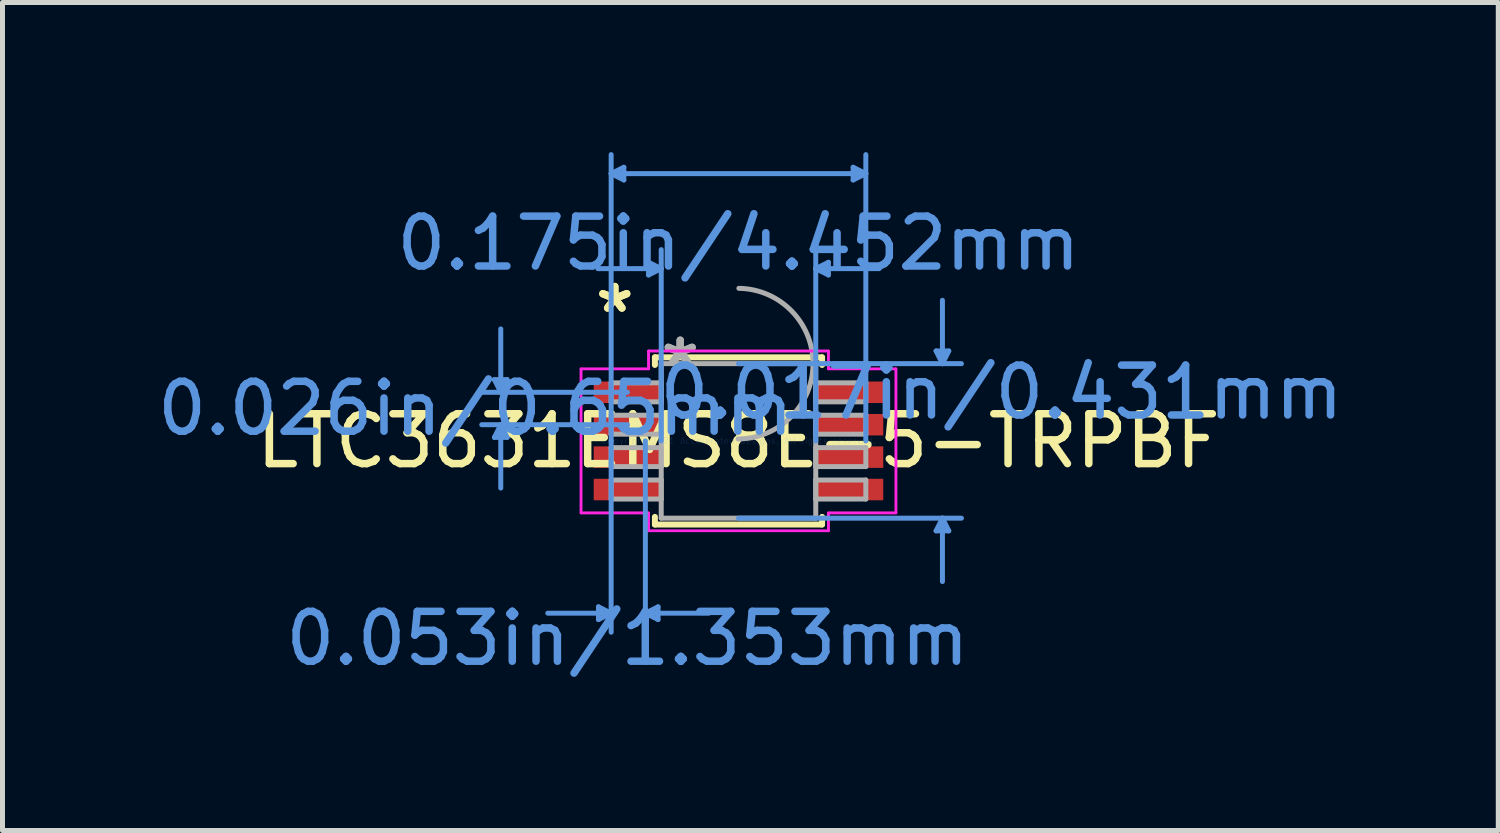
<source format=kicad_pcb>
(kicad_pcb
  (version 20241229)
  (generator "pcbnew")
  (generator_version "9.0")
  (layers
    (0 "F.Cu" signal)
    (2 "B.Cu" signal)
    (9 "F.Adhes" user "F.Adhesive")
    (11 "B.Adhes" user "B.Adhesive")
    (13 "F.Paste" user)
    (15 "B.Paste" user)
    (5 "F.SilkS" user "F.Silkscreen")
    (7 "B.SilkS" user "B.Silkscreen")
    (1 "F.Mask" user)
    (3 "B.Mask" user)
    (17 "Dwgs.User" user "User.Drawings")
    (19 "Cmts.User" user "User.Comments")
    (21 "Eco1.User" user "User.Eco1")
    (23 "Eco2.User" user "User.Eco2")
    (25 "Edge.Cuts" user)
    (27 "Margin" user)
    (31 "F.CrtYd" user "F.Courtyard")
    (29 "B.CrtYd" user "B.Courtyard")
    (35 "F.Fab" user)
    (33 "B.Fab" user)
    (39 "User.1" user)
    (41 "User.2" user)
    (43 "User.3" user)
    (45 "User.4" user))
  (footprint "LTC3631EMS8E-5-TRPBF"
    (layer "F.Cu")
    (at 11.756 5.79)
    (property "Reference" "LTC3631EMS8E-5-TRPBF" (at 0 0 0) (layer "F.SilkS") (effects (font (size 1 1) (thickness 0.15))))
    (attr through_hole)
    (fp_line (start -1.676 -1.676) (end -1.676 -1.523) (stroke (width 0.12) (type solid)) (layer "F.SilkS"))
    (fp_line (start -1.676 1.523) (end -1.676 1.676) (stroke (width 0.12) (type solid)) (layer "F.SilkS"))
    (fp_line (start -1.676 1.676) (end 1.676 1.676) (stroke (width 0.12) (type solid)) (layer "F.SilkS"))
    (fp_line (start 1.676 -1.676) (end -1.676 -1.676) (stroke (width 0.12) (type solid)) (layer "F.SilkS"))
    (fp_line (start 1.676 -1.523) (end 1.676 -1.676) (stroke (width 0.12) (type solid)) (layer "F.SilkS"))
    (fp_line (start 1.676 1.676) (end 1.676 1.523) (stroke (width 0.12) (type solid)) (layer "F.SilkS"))
    (fp_line (start -4.893 -1.229) (end -4.639 -1.229) (stroke (width 0.1) (type solid)) (layer "Cmts.User"))
    (fp_line (start -4.893 -0.071) (end -4.639 -0.071) (stroke (width 0.1) (type solid)) (layer "Cmts.User"))
    (fp_line (start -4.766 -0.975) (end -4.893 -1.229) (stroke (width 0.1) (type solid)) (layer "Cmts.User"))
    (fp_line (start -4.766 -0.975) (end -4.766 -2.245) (stroke (width 0.1) (type solid)) (layer "Cmts.User"))
    (fp_line (start -4.766 -0.975) (end -4.639 -1.229) (stroke (width 0.1) (type solid)) (layer "Cmts.User"))
    (fp_line (start -4.766 -0.325) (end -4.893 -0.071) (stroke (width 0.1) (type solid)) (layer "Cmts.User"))
    (fp_line (start -4.766 -0.325) (end -4.766 0.945) (stroke (width 0.1) (type solid)) (layer "Cmts.User"))
    (fp_line (start -4.766 -0.325) (end -4.639 -0.071) (stroke (width 0.1) (type solid)) (layer "Cmts.User"))
    (fp_line (start -2.807 3.327) (end -2.807 3.581) (stroke (width 0.1) (type solid)) (layer "Cmts.User"))
    (fp_line (start -2.553 -5.359) (end -2.299 -5.486) (stroke (width 0.1) (type solid)) (layer "Cmts.User"))
    (fp_line (start -2.553 -5.359) (end -2.299 -5.232) (stroke (width 0.1) (type solid)) (layer "Cmts.User"))
    (fp_line (start -2.553 -5.359) (end 2.553 -5.359) (stroke (width 0.1) (type solid)) (layer "Cmts.User"))
    (fp_line (start -2.553 0) (end -2.553 -5.74) (stroke (width 0.1) (type solid)) (layer "Cmts.User"))
    (fp_line (start -2.553 0) (end -2.553 3.835) (stroke (width 0.1) (type solid)) (layer "Cmts.User"))
    (fp_line (start -2.553 3.454) (end -3.823 3.454) (stroke (width 0.1) (type solid)) (layer "Cmts.User"))
    (fp_line (start -2.553 3.454) (end -2.807 3.327) (stroke (width 0.1) (type solid)) (layer "Cmts.User"))
    (fp_line (start -2.553 3.454) (end -2.807 3.581) (stroke (width 0.1) (type solid)) (layer "Cmts.User"))
    (fp_line (start -2.299 -5.486) (end -2.299 -5.232) (stroke (width 0.1) (type solid)) (layer "Cmts.User"))
    (fp_line (start -2.226 -0.975) (end -5.147 -0.975) (stroke (width 0.1) (type solid)) (layer "Cmts.User"))
    (fp_line (start -2.226 -0.325) (end -5.147 -0.325) (stroke (width 0.1) (type solid)) (layer "Cmts.User"))
    (fp_line (start -1.867 0) (end -1.867 3.835) (stroke (width 0.1) (type solid)) (layer "Cmts.User"))
    (fp_line (start -1.867 3.454) (end -1.613 3.327) (stroke (width 0.1) (type solid)) (layer "Cmts.User"))
    (fp_line (start -1.867 3.454) (end -1.613 3.581) (stroke (width 0.1) (type solid)) (layer "Cmts.User"))
    (fp_line (start -1.867 3.454) (end -0.597 3.454) (stroke (width 0.1) (type solid)) (layer "Cmts.User"))
    (fp_line (start -1.803 -3.581) (end -1.803 -3.327) (stroke (width 0.1) (type solid)) (layer "Cmts.User"))
    (fp_line (start -1.613 3.327) (end -1.613 3.581) (stroke (width 0.1) (type solid)) (layer "Cmts.User"))
    (fp_line (start -1.549 -3.454) (end -2.819 -3.454) (stroke (width 0.1) (type solid)) (layer "Cmts.User"))
    (fp_line (start -1.549 -3.454) (end -1.803 -3.581) (stroke (width 0.1) (type solid)) (layer "Cmts.User"))
    (fp_line (start -1.549 -3.454) (end -1.803 -3.327) (stroke (width 0.1) (type solid)) (layer "Cmts.User"))
    (fp_line (start -1.549 0) (end -1.549 -3.835) (stroke (width 0.1) (type solid)) (layer "Cmts.User"))
    (fp_line (start 0 -1.549) (end 4.47 -1.549) (stroke (width 0.1) (type solid)) (layer "Cmts.User"))
    (fp_line (start 0 1.549) (end 4.47 1.549) (stroke (width 0.1) (type solid)) (layer "Cmts.User"))
    (fp_line (start 1.549 -3.454) (end 1.803 -3.581) (stroke (width 0.1) (type solid)) (layer "Cmts.User"))
    (fp_line (start 1.549 -3.454) (end 1.803 -3.327) (stroke (width 0.1) (type solid)) (layer "Cmts.User"))
    (fp_line (start 1.549 -3.454) (end 2.819 -3.454) (stroke (width 0.1) (type solid)) (layer "Cmts.User"))
    (fp_line (start 1.549 0) (end 1.549 -3.835) (stroke (width 0.1) (type solid)) (layer "Cmts.User"))
    (fp_line (start 1.803 -3.581) (end 1.803 -3.327) (stroke (width 0.1) (type solid)) (layer "Cmts.User"))
    (fp_line (start 2.299 -5.486) (end 2.299 -5.232) (stroke (width 0.1) (type solid)) (layer "Cmts.User"))
    (fp_line (start 2.553 -5.359) (end 2.299 -5.486) (stroke (width 0.1) (type solid)) (layer "Cmts.User"))
    (fp_line (start 2.553 -5.359) (end 2.299 -5.232) (stroke (width 0.1) (type solid)) (layer "Cmts.User"))
    (fp_line (start 2.553 0) (end 2.553 -5.74) (stroke (width 0.1) (type solid)) (layer "Cmts.User"))
    (fp_line (start 3.962 -1.803) (end 4.216 -1.803) (stroke (width 0.1) (type solid)) (layer "Cmts.User"))
    (fp_line (start 3.962 1.803) (end 4.216 1.803) (stroke (width 0.1) (type solid)) (layer "Cmts.User"))
    (fp_line (start 4.089 -1.549) (end 3.962 -1.803) (stroke (width 0.1) (type solid)) (layer "Cmts.User"))
    (fp_line (start 4.089 -1.549) (end 4.089 -2.819) (stroke (width 0.1) (type solid)) (layer "Cmts.User"))
    (fp_line (start 4.089 -1.549) (end 4.216 -1.803) (stroke (width 0.1) (type solid)) (layer "Cmts.User"))
    (fp_line (start 4.089 1.549) (end 3.962 1.803) (stroke (width 0.1) (type solid)) (layer "Cmts.User"))
    (fp_line (start 4.089 1.549) (end 4.089 2.819) (stroke (width 0.1) (type solid)) (layer "Cmts.User"))
    (fp_line (start 4.089 1.549) (end 4.216 1.803) (stroke (width 0.1) (type solid)) (layer "Cmts.User"))
    (fp_line (start -3.157 -1.444) (end -1.803 -1.444) (stroke (width 0.05) (type solid)) (layer "F.CrtYd"))
    (fp_line (start -3.157 -1.444) (end -1.803 -1.444) (stroke (width 0.05) (type solid)) (layer "F.CrtYd"))
    (fp_line (start -3.157 1.444) (end -3.157 -1.444) (stroke (width 0.05) (type solid)) (layer "F.CrtYd"))
    (fp_line (start -3.157 1.444) (end -3.157 -1.444) (stroke (width 0.05) (type solid)) (layer "F.CrtYd"))
    (fp_line (start -3.157 1.444) (end -1.803 1.444) (stroke (width 0.05) (type solid)) (layer "F.CrtYd"))
    (fp_line (start -1.803 -1.803) (end 1.803 -1.803) (stroke (width 0.05) (type solid)) (layer "F.CrtYd"))
    (fp_line (start -1.803 -1.803) (end 1.803 -1.803) (stroke (width 0.05) (type solid)) (layer "F.CrtYd"))
    (fp_line (start -1.803 -1.444) (end -1.803 -1.803) (stroke (width 0.05) (type solid)) (layer "F.CrtYd"))
    (fp_line (start -1.803 -1.444) (end -1.803 -1.803) (stroke (width 0.05) (type solid)) (layer "F.CrtYd"))
    (fp_line (start -1.803 1.444) (end -3.157 1.444) (stroke (width 0.05) (type solid)) (layer "F.CrtYd"))
    (fp_line (start -1.803 1.803) (end -1.803 1.444) (stroke (width 0.05) (type solid)) (layer "F.CrtYd"))
    (fp_line (start -1.803 1.803) (end -1.803 1.444) (stroke (width 0.05) (type solid)) (layer "F.CrtYd"))
    (fp_line (start 1.803 -1.803) (end 1.803 -1.444) (stroke (width 0.05) (type solid)) (layer "F.CrtYd"))
    (fp_line (start 1.803 -1.803) (end 1.803 -1.444) (stroke (width 0.05) (type solid)) (layer "F.CrtYd"))
    (fp_line (start 1.803 -1.444) (end 3.157 -1.444) (stroke (width 0.05) (type solid)) (layer "F.CrtYd"))
    (fp_line (start 1.803 1.444) (end 1.803 1.803) (stroke (width 0.05) (type solid)) (layer "F.CrtYd"))
    (fp_line (start 1.803 1.444) (end 1.803 1.803) (stroke (width 0.05) (type solid)) (layer "F.CrtYd"))
    (fp_line (start 1.803 1.803) (end -1.803 1.803) (stroke (width 0.05) (type solid)) (layer "F.CrtYd"))
    (fp_line (start 1.803 1.803) (end -1.803 1.803) (stroke (width 0.05) (type solid)) (layer "F.CrtYd"))
    (fp_line (start 3.157 -1.444) (end 1.803 -1.444) (stroke (width 0.05) (type solid)) (layer "F.CrtYd"))
    (fp_line (start 3.157 -1.444) (end 3.157 1.444) (stroke (width 0.05) (type solid)) (layer "F.CrtYd"))
    (fp_line (start 3.157 -1.444) (end 3.157 1.444) (stroke (width 0.05) (type solid)) (layer "F.CrtYd"))
    (fp_line (start 3.157 1.444) (end 1.803 1.444) (stroke (width 0.05) (type solid)) (layer "F.CrtYd"))
    (fp_line (start 3.157 1.444) (end 1.803 1.444) (stroke (width 0.05) (type solid)) (layer "F.CrtYd"))
    (fp_line (start -2.553 -1.165) (end -2.553 -0.784) (stroke (width 0.1) (type solid)) (layer "F.Fab"))
    (fp_line (start -2.553 -0.784) (end -1.549 -0.784) (stroke (width 0.1) (type solid)) (layer "F.Fab"))
    (fp_line (start -2.553 -0.515) (end -2.553 -0.135) (stroke (width 0.1) (type solid)) (layer "F.Fab"))
    (fp_line (start -2.553 -0.135) (end -1.549 -0.135) (stroke (width 0.1) (type solid)) (layer "F.Fab"))
    (fp_line (start -2.553 0.135) (end -2.553 0.515) (stroke (width 0.1) (type solid)) (layer "F.Fab"))
    (fp_line (start -2.553 0.515) (end -1.549 0.515) (stroke (width 0.1) (type solid)) (layer "F.Fab"))
    (fp_line (start -2.553 0.784) (end -2.553 1.165) (stroke (width 0.1) (type solid)) (layer "F.Fab"))
    (fp_line (start -2.553 1.165) (end -1.549 1.165) (stroke (width 0.1) (type solid)) (layer "F.Fab"))
    (fp_line (start -1.549 -1.549) (end -1.549 1.549) (stroke (width 0.1) (type solid)) (layer "F.Fab"))
    (fp_line (start -1.549 -1.165) (end -2.553 -1.165) (stroke (width 0.1) (type solid)) (layer "F.Fab"))
    (fp_line (start -1.549 -0.784) (end -1.549 -1.165) (stroke (width 0.1) (type solid)) (layer "F.Fab"))
    (fp_line (start -1.549 -0.515) (end -2.553 -0.515) (stroke (width 0.1) (type solid)) (layer "F.Fab"))
    (fp_line (start -1.549 -0.135) (end -1.549 -0.515) (stroke (width 0.1) (type solid)) (layer "F.Fab"))
    (fp_line (start -1.549 0.135) (end -2.553 0.135) (stroke (width 0.1) (type solid)) (layer "F.Fab"))
    (fp_line (start -1.549 0.515) (end -1.549 0.135) (stroke (width 0.1) (type solid)) (layer "F.Fab"))
    (fp_line (start -1.549 0.784) (end -2.553 0.784) (stroke (width 0.1) (type solid)) (layer "F.Fab"))
    (fp_line (start -1.549 1.165) (end -1.549 0.784) (stroke (width 0.1) (type solid)) (layer "F.Fab"))
    (fp_line (start -1.549 1.549) (end 1.549 1.549) (stroke (width 0.1) (type solid)) (layer "F.Fab"))
    (fp_line (start 1.549 -1.549) (end -1.549 -1.549) (stroke (width 0.1) (type solid)) (layer "F.Fab"))
    (fp_line (start 1.549 -1.165) (end 1.549 -0.784) (stroke (width 0.1) (type solid)) (layer "F.Fab"))
    (fp_line (start 1.549 -0.784) (end 2.553 -0.784) (stroke (width 0.1) (type solid)) (layer "F.Fab"))
    (fp_line (start 1.549 -0.515) (end 1.549 -0.135) (stroke (width 0.1) (type solid)) (layer "F.Fab"))
    (fp_line (start 1.549 -0.135) (end 2.553 -0.135) (stroke (width 0.1) (type solid)) (layer "F.Fab"))
    (fp_line (start 1.549 0.135) (end 1.549 0.515) (stroke (width 0.1) (type solid)) (layer "F.Fab"))
    (fp_line (start 1.549 0.515) (end 2.553 0.515) (stroke (width 0.1) (type solid)) (layer "F.Fab"))
    (fp_line (start 1.549 0.784) (end 1.549 1.165) (stroke (width 0.1) (type solid)) (layer "F.Fab"))
    (fp_line (start 1.549 1.165) (end 2.553 1.165) (stroke (width 0.1) (type solid)) (layer "F.Fab"))
    (fp_line (start 1.549 1.549) (end 1.549 -1.549) (stroke (width 0.1) (type solid)) (layer "F.Fab"))
    (fp_line (start 2.553 -1.165) (end 1.549 -1.165) (stroke (width 0.1) (type solid)) (layer "F.Fab"))
    (fp_line (start 2.553 -0.784) (end 2.553 -1.165) (stroke (width 0.1) (type solid)) (layer "F.Fab"))
    (fp_line (start 2.553 -0.515) (end 1.549 -0.515) (stroke (width 0.1) (type solid)) (layer "F.Fab"))
    (fp_line (start 2.553 -0.135) (end 2.553 -0.515) (stroke (width 0.1) (type solid)) (layer "F.Fab"))
    (fp_line (start 2.553 0.135) (end 1.549 0.135) (stroke (width 0.1) (type solid)) (layer "F.Fab"))
    (fp_line (start 2.553 0.515) (end 2.553 0.135) (stroke (width 0.1) (type solid)) (layer "F.Fab"))
    (fp_line (start 2.553 0.784) (end 1.549 0.784) (stroke (width 0.1) (type solid)) (layer "F.Fab"))
    (fp_line (start 2.553 1.165) (end 2.553 0.784) (stroke (width 0.1) (type solid)) (layer "F.Fab"))
    (fp_arc (start 0.007742 -3.059445) (mid 1.510045 -1.541658) (end -0.007742 -0.039355) (stroke (width 0.1) (type solid)) (layer "F.Fab"))
    (fp_text user "*" (at -2.48 -2.549 0) (layer "F.SilkS") (effects (font (size 1 1) (thickness 0.15))))
    (fp_text user "*" (at -2.48 -2.549 0) (layer "F.SilkS") (effects (font (size 1 1) (thickness 0.15))))
    (fp_text user "0.053in/1.353mm" (at -2.226 3.962 0) (layer "Cmts.User") (effects (font (size 1 1) (thickness 0.15))))
    (fp_text user "0.017in/0.431mm" (at 5.274 -0.975 0) (layer "Cmts.User") (effects (font (size 1 1) (thickness 0.15))))
    (fp_text user "0.026in/0.65mm" (at -5.274 -0.65 0) (layer "Cmts.User") (effects (font (size 1 1) (thickness 0.15))))
    (fp_text user "0.175in/4.452mm" (at 0 -3.962 0) (layer "Cmts.User") (effects (font (size 1 1) (thickness 0.15))))
    (fp_text user "Copyright 2021 Accelerated Designs. All rights reserved." (at 0 0 0) (layer "Cmts.User") (effects (font (size 0.127 0.127) (thickness 0.002))))
    (fp_text user "*" (at -1.168 -1.473 0) (layer "F.Fab") (effects (font (size 1 1) (thickness 0.15))))
    (fp_text user "*" (at -1.168 -1.473 0) (layer "F.Fab") (effects (font (size 1 1) (thickness 0.15))))
    (pad "1" smd rect (at -2.226 -0.975) (size 1.353 0.431) (layers "F.Cu" "F.Mask" "F.Paste"))
    (pad "2" smd rect (at -2.226 -0.325) (size 1.353 0.431) (layers "F.Cu" "F.Mask" "F.Paste"))
    (pad "3" smd rect (at -2.226 0.325) (size 1.353 0.431) (layers "F.Cu" "F.Mask" "F.Paste"))
    (pad "4" smd rect (at -2.226 0.975) (size 1.353 0.431) (layers "F.Cu" "F.Mask" "F.Paste"))
    (pad "5" smd rect (at 2.226 0.975) (size 1.353 0.431) (layers "F.Cu" "F.Mask" "F.Paste"))
    (pad "6" smd rect (at 2.226 0.325) (size 1.353 0.431) (layers "F.Cu" "F.Mask" "F.Paste"))
    (pad "7" smd rect (at 2.226 -0.325) (size 1.353 0.431) (layers "F.Cu" "F.Mask" "F.Paste"))
    (pad "8" smd rect (at 2.226 -0.975) (size 1.353 0.431) (layers "F.Cu" "F.Mask" "F.Paste")))
  (gr_rect
    (start -3 -3)
    (end 26.989 13.601)
    (stroke (width 0.1) (type default))
    (fill no)
    (layer "Edge.Cuts")))
</source>
